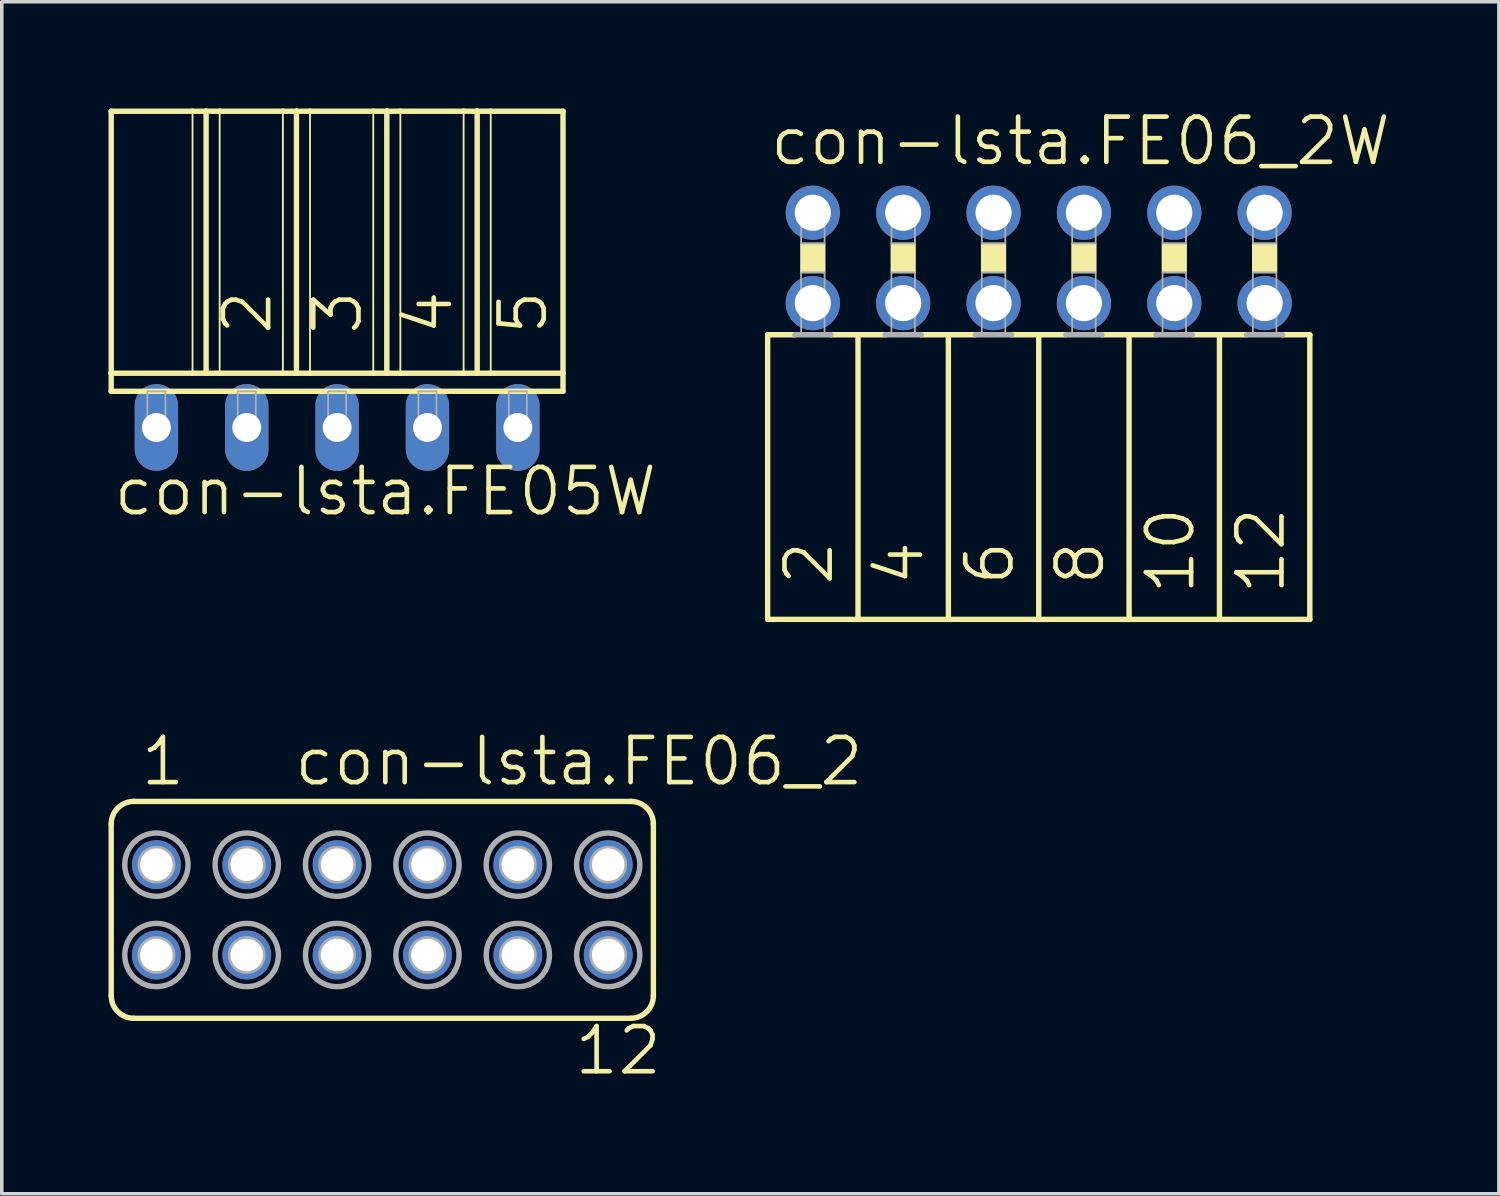
<source format=kicad_pcb>
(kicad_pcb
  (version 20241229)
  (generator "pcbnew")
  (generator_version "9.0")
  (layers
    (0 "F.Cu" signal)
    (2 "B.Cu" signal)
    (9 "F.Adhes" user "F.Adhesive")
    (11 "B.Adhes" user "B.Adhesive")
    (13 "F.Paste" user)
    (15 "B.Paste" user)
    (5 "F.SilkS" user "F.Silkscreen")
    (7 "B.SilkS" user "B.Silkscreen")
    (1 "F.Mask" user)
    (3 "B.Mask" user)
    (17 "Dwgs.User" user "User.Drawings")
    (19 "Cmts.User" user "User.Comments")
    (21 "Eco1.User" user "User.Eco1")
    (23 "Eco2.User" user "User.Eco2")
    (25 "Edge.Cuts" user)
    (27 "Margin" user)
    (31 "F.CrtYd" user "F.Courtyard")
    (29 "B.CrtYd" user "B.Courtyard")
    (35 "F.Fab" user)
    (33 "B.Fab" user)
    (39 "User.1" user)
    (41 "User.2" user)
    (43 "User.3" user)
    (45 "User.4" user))
  (footprint "con-lsta.FE06_2"
    (layer "F.Cu")
    (at 7.696 22.525)
    (property "Reference" "con-lsta.FE06_2" (at -2.54 -3.429 0) (layer "F.SilkS") (effects (font (size 1.27 1.27) (thickness 0.13)) (justify left bottom)))
    (attr through_hole)
    (fp_line (start -7.62 2.413) (end -7.62 -2.413) (stroke (width 0.152) (type default)) (layer "F.SilkS"))
    (fp_line (start -6.985 -3.048) (end 6.985 -3.048) (stroke (width 0.152) (type default)) (layer "F.SilkS"))
    (fp_line (start -6.985 3.048) (end 6.985 3.048) (stroke (width 0.152) (type default)) (layer "F.SilkS"))
    (fp_line (start 7.62 2.413) (end 7.62 -2.413) (stroke (width 0.152) (type default)) (layer "F.SilkS"))
    (fp_arc (start -7.62 -2.413) (mid -7.434013 -2.862013) (end -6.985 -3.048) (stroke (width 0.1524) (type default)) (layer "F.SilkS"))
    (fp_arc (start -6.985 3.048) (mid -7.434013 2.862013) (end -7.62 2.413) (stroke (width 0.1524) (type default)) (layer "F.SilkS"))
    (fp_arc (start 6.985 -3.048) (mid 7.434013 -2.862013) (end 7.62 -2.413) (stroke (width 0.1524) (type default)) (layer "F.SilkS"))
    (fp_arc (start 7.62 2.413) (mid 7.434013 2.862013) (end 6.985 3.048) (stroke (width 0.1524) (type default)) (layer "F.SilkS"))
    (fp_circle (center -6.35 -1.27) (end -6.223 -1.27) (stroke (width 0.406) (type default)) (fill no) (layer "F.Fab"))
    (fp_circle (center -6.35 -1.27) (end -5.461 -1.27) (stroke (width 0.152) (type default)) (fill no) (layer "F.Fab"))
    (fp_circle (center -6.35 1.27) (end -6.223 1.27) (stroke (width 0.406) (type default)) (fill no) (layer "F.Fab"))
    (fp_circle (center -6.35 1.27) (end -5.461 1.27) (stroke (width 0.152) (type default)) (fill no) (layer "F.Fab"))
    (fp_circle (center -3.81 -1.27) (end -3.683 -1.27) (stroke (width 0.406) (type default)) (fill no) (layer "F.Fab"))
    (fp_circle (center -3.81 -1.27) (end -2.921 -1.27) (stroke (width 0.152) (type default)) (fill no) (layer "F.Fab"))
    (fp_circle (center -3.81 1.27) (end -3.683 1.27) (stroke (width 0.406) (type default)) (fill no) (layer "F.Fab"))
    (fp_circle (center -3.81 1.27) (end -2.921 1.27) (stroke (width 0.152) (type default)) (fill no) (layer "F.Fab"))
    (fp_circle (center -1.27 -1.27) (end -1.143 -1.27) (stroke (width 0.406) (type default)) (fill no) (layer "F.Fab"))
    (fp_circle (center -1.27 -1.27) (end -0.381 -1.27) (stroke (width 0.152) (type default)) (fill no) (layer "F.Fab"))
    (fp_circle (center -1.27 1.27) (end -1.143 1.27) (stroke (width 0.406) (type default)) (fill no) (layer "F.Fab"))
    (fp_circle (center -1.27 1.27) (end -0.381 1.27) (stroke (width 0.152) (type default)) (fill no) (layer "F.Fab"))
    (fp_circle (center 1.27 -1.27) (end 1.397 -1.27) (stroke (width 0.406) (type default)) (fill no) (layer "F.Fab"))
    (fp_circle (center 1.27 -1.27) (end 2.159 -1.27) (stroke (width 0.152) (type default)) (fill no) (layer "F.Fab"))
    (fp_circle (center 1.27 1.27) (end 1.397 1.27) (stroke (width 0.406) (type default)) (fill no) (layer "F.Fab"))
    (fp_circle (center 1.27 1.27) (end 2.159 1.27) (stroke (width 0.152) (type default)) (fill no) (layer "F.Fab"))
    (fp_circle (center 3.81 -1.27) (end 3.937 -1.27) (stroke (width 0.406) (type default)) (fill no) (layer "F.Fab"))
    (fp_circle (center 3.81 -1.27) (end 4.699 -1.27) (stroke (width 0.152) (type default)) (fill no) (layer "F.Fab"))
    (fp_circle (center 3.81 1.27) (end 3.937 1.27) (stroke (width 0.406) (type default)) (fill no) (layer "F.Fab"))
    (fp_circle (center 3.81 1.27) (end 4.699 1.27) (stroke (width 0.152) (type default)) (fill no) (layer "F.Fab"))
    (fp_circle (center 6.35 -1.27) (end 6.477 -1.27) (stroke (width 0.406) (type default)) (fill no) (layer "F.Fab"))
    (fp_circle (center 6.35 -1.27) (end 7.239 -1.27) (stroke (width 0.152) (type default)) (fill no) (layer "F.Fab"))
    (fp_circle (center 6.35 1.27) (end 6.477 1.27) (stroke (width 0.406) (type default)) (fill no) (layer "F.Fab"))
    (fp_circle (center 6.35 1.27) (end 7.239 1.27) (stroke (width 0.152) (type default)) (fill no) (layer "F.Fab"))
    (fp_text user "12" (at 5.334 4.699 0) (layer "F.SilkS") (effects (font (size 1.27 1.27) (thickness 0.13)) (justify left bottom)))
    (fp_text user "1" (at -6.858 -3.429 0) (layer "F.SilkS") (effects (font (size 1.27 1.27) (thickness 0.13)) (justify left bottom)))
    (pad "1" thru_hole circle (at -6.35 -1.27) (size 1.372 1.372) (drill 0.914) (layers "*.Cu" "*.Mask"))
    (pad "2" thru_hole circle (at -6.35 1.27) (size 1.372 1.372) (drill 0.914) (layers "*.Cu" "*.Mask"))
    (pad "3" thru_hole circle (at -3.81 -1.27) (size 1.372 1.372) (drill 0.914) (layers "*.Cu" "*.Mask"))
    (pad "4" thru_hole circle (at -3.81 1.27) (size 1.372 1.372) (drill 0.914) (layers "*.Cu" "*.Mask"))
    (pad "5" thru_hole circle (at -1.27 -1.27) (size 1.372 1.372) (drill 0.914) (layers "*.Cu" "*.Mask"))
    (pad "6" thru_hole circle (at -1.27 1.27) (size 1.372 1.372) (drill 0.914) (layers "*.Cu" "*.Mask"))
    (pad "7" thru_hole circle (at 1.27 -1.27) (size 1.372 1.372) (drill 0.914) (layers "*.Cu" "*.Mask"))
    (pad "8" thru_hole circle (at 1.27 1.27) (size 1.372 1.372) (drill 0.914) (layers "*.Cu" "*.Mask"))
    (pad "9" thru_hole circle (at 3.81 -1.27) (size 1.372 1.372) (drill 0.914) (layers "*.Cu" "*.Mask"))
    (pad "10" thru_hole circle (at 3.81 1.27) (size 1.372 1.372) (drill 0.914) (layers "*.Cu" "*.Mask"))
    (pad "11" thru_hole circle (at 6.35 -1.27) (size 1.372 1.372) (drill 0.914) (layers "*.Cu" "*.Mask"))
    (pad "12" thru_hole circle (at 6.35 1.27) (size 1.372 1.372) (drill 0.914) (layers "*.Cu" "*.Mask")))
  (footprint "con-lsta.FE06_2W"
    (layer "F.Cu")
    (at 26.148 4.2)
    (property "Reference" "con-lsta.FE06_2W" (at -7.62 -2.54 0) (layer "F.SilkS") (effects (font (size 1.27 1.27) (thickness 0.13)) (justify left bottom)))
    (attr through_hole)
    (fp_line (start -7.62 2.159) (end -7.62 10.16) (stroke (width 0.152) (type default)) (layer "F.SilkS"))
    (fp_line (start -7.62 2.159) (end -6.858 2.159) (stroke (width 0.152) (type default)) (layer "F.SilkS"))
    (fp_line (start -5.842 2.159) (end -5.08 2.159) (stroke (width 0.152) (type default)) (layer "F.SilkS"))
    (fp_line (start -5.08 2.159) (end -5.08 10.16) (stroke (width 0.152) (type default)) (layer "F.SilkS"))
    (fp_line (start -5.08 2.159) (end -4.318 2.159) (stroke (width 0.152) (type default)) (layer "F.SilkS"))
    (fp_line (start -5.08 10.16) (end -7.62 10.16) (stroke (width 0.152) (type default)) (layer "F.SilkS"))
    (fp_line (start -3.302 2.159) (end -2.54 2.159) (stroke (width 0.152) (type default)) (layer "F.SilkS"))
    (fp_line (start -2.54 2.159) (end -2.54 10.16) (stroke (width 0.152) (type default)) (layer "F.SilkS"))
    (fp_line (start -2.54 2.159) (end -1.778 2.159) (stroke (width 0.152) (type default)) (layer "F.SilkS"))
    (fp_line (start -2.54 10.16) (end -5.08 10.16) (stroke (width 0.152) (type default)) (layer "F.SilkS"))
    (fp_line (start -0.762 2.159) (end 0 2.159) (stroke (width 0.152) (type default)) (layer "F.SilkS"))
    (fp_line (start 0 2.159) (end 0 10.16) (stroke (width 0.152) (type default)) (layer "F.SilkS"))
    (fp_line (start 0 10.16) (end -2.54 10.16) (stroke (width 0.152) (type default)) (layer "F.SilkS"))
    (fp_line (start 0.762 2.159) (end 0 2.159) (stroke (width 0.152) (type default)) (layer "F.SilkS"))
    (fp_line (start 2.54 2.159) (end 1.778 2.159) (stroke (width 0.152) (type default)) (layer "F.SilkS"))
    (fp_line (start 2.54 2.159) (end 2.54 10.16) (stroke (width 0.152) (type default)) (layer "F.SilkS"))
    (fp_line (start 2.54 2.159) (end 3.302 2.159) (stroke (width 0.152) (type default)) (layer "F.SilkS"))
    (fp_line (start 2.54 10.16) (end 0 10.16) (stroke (width 0.152) (type default)) (layer "F.SilkS"))
    (fp_line (start 4.318 2.159) (end 5.08 2.159) (stroke (width 0.152) (type default)) (layer "F.SilkS"))
    (fp_line (start 5.08 2.159) (end 5.08 10.16) (stroke (width 0.152) (type default)) (layer "F.SilkS"))
    (fp_line (start 5.08 2.159) (end 5.842 2.159) (stroke (width 0.152) (type default)) (layer "F.SilkS"))
    (fp_line (start 5.08 10.16) (end 2.54 10.16) (stroke (width 0.152) (type default)) (layer "F.SilkS"))
    (fp_line (start 6.858 2.159) (end 7.62 2.159) (stroke (width 0.152) (type default)) (layer "F.SilkS"))
    (fp_line (start 7.62 2.159) (end 7.62 10.16) (stroke (width 0.152) (type default)) (layer "F.SilkS"))
    (fp_line (start 7.62 10.16) (end 5.08 10.16) (stroke (width 0.152) (type default)) (layer "F.SilkS"))
    (fp_rect (start -6.68 0.406) (end -6.02 -0.406) (stroke (width 0.05) (type default)) (fill yes) (layer "F.SilkS"))
    (fp_rect (start -4.14 0.406) (end -3.48 -0.406) (stroke (width 0.05) (type default)) (fill yes) (layer "F.SilkS"))
    (fp_rect (start -1.6 0.406) (end -0.94 -0.406) (stroke (width 0.05) (type default)) (fill yes) (layer "F.SilkS"))
    (fp_rect (start 0.94 0.406) (end 1.6 -0.406) (stroke (width 0.05) (type default)) (fill yes) (layer "F.SilkS"))
    (fp_rect (start 3.48 0.406) (end 4.14 -0.406) (stroke (width 0.05) (type default)) (fill yes) (layer "F.SilkS"))
    (fp_rect (start 6.02 0.406) (end 6.68 -0.406) (stroke (width 0.05) (type default)) (fill yes) (layer "F.SilkS"))
    (fp_line (start -6.858 2.159) (end -5.842 2.159) (stroke (width 0.152) (type default)) (layer "F.Fab"))
    (fp_line (start -4.318 2.159) (end -3.302 2.159) (stroke (width 0.152) (type default)) (layer "F.Fab"))
    (fp_line (start -1.778 2.159) (end -0.762 2.159) (stroke (width 0.152) (type default)) (layer "F.Fab"))
    (fp_line (start 1.778 2.159) (end 0.762 2.159) (stroke (width 0.152) (type default)) (layer "F.Fab"))
    (fp_line (start 3.302 2.159) (end 4.318 2.159) (stroke (width 0.152) (type default)) (layer "F.Fab"))
    (fp_line (start 5.842 2.159) (end 6.858 2.159) (stroke (width 0.152) (type default)) (layer "F.Fab"))
    (fp_rect (start -6.68 -0.406) (end -6.02 -1.575) (stroke (width 0.05) (type default)) (fill no) (layer "F.Fab"))
    (fp_rect (start -6.68 2.134) (end -6.02 0.406) (stroke (width 0.05) (type default)) (fill no) (layer "F.Fab"))
    (fp_rect (start -4.14 -0.406) (end -3.48 -1.575) (stroke (width 0.05) (type default)) (fill no) (layer "F.Fab"))
    (fp_rect (start -4.14 2.134) (end -3.48 0.406) (stroke (width 0.05) (type default)) (fill no) (layer "F.Fab"))
    (fp_rect (start -1.6 -0.406) (end -0.94 -1.575) (stroke (width 0.05) (type default)) (fill no) (layer "F.Fab"))
    (fp_rect (start -1.6 2.134) (end -0.94 0.406) (stroke (width 0.05) (type default)) (fill no) (layer "F.Fab"))
    (fp_rect (start 0.94 -0.406) (end 1.6 -1.575) (stroke (width 0.05) (type default)) (fill no) (layer "F.Fab"))
    (fp_rect (start 0.94 2.134) (end 1.6 0.406) (stroke (width 0.05) (type default)) (fill no) (layer "F.Fab"))
    (fp_rect (start 3.48 -0.406) (end 4.14 -1.575) (stroke (width 0.05) (type default)) (fill no) (layer "F.Fab"))
    (fp_rect (start 3.48 2.134) (end 4.14 0.406) (stroke (width 0.05) (type default)) (fill no) (layer "F.Fab"))
    (fp_rect (start 6.02 -0.406) (end 6.68 -1.575) (stroke (width 0.05) (type default)) (fill no) (layer "F.Fab"))
    (fp_rect (start 6.02 2.134) (end 6.68 0.406) (stroke (width 0.05) (type default)) (fill no) (layer "F.Fab"))
    (fp_text user "2" (at -5.715 9.271 90) (layer "F.SilkS") (effects (font (size 1.27 1.27) (thickness 0.13)) (justify left bottom)))
    (fp_text user "8" (at 1.905 9.271 90) (layer "F.SilkS") (effects (font (size 1.27 1.27) (thickness 0.13)) (justify left bottom)))
    (fp_text user "4" (at -3.175 9.271 90) (layer "F.SilkS") (effects (font (size 1.27 1.27) (thickness 0.13)) (justify left bottom)))
    (fp_text user "6" (at -0.635 9.271 90) (layer "F.SilkS") (effects (font (size 1.27 1.27) (thickness 0.13)) (justify left bottom)))
    (fp_text user "12" (at 6.985 9.525 90) (layer "F.SilkS") (effects (font (size 1.27 1.27) (thickness 0.13)) (justify left bottom)))
    (fp_text user "10" (at 4.445 9.525 90) (layer "F.SilkS") (effects (font (size 1.27 1.27) (thickness 0.13)) (justify left bottom)))
    (pad "1" thru_hole circle (at -6.35 -1.27) (size 1.524 1.524) (drill 1.016) (layers "*.Cu" "*.Mask"))
    (pad "2" thru_hole circle (at -6.35 1.27) (size 1.524 1.524) (drill 1.016) (layers "*.Cu" "*.Mask"))
    (pad "3" thru_hole circle (at -3.81 -1.27) (size 1.524 1.524) (drill 1.016) (layers "*.Cu" "*.Mask"))
    (pad "4" thru_hole circle (at -3.81 1.27) (size 1.524 1.524) (drill 1.016) (layers "*.Cu" "*.Mask"))
    (pad "5" thru_hole circle (at -1.27 -1.27) (size 1.524 1.524) (drill 1.016) (layers "*.Cu" "*.Mask"))
    (pad "6" thru_hole circle (at -1.27 1.27) (size 1.524 1.524) (drill 1.016) (layers "*.Cu" "*.Mask"))
    (pad "7" thru_hole circle (at 1.27 -1.27) (size 1.524 1.524) (drill 1.016) (layers "*.Cu" "*.Mask"))
    (pad "8" thru_hole circle (at 1.27 1.27) (size 1.524 1.524) (drill 1.016) (layers "*.Cu" "*.Mask"))
    (pad "9" thru_hole circle (at 3.81 -1.27) (size 1.524 1.524) (drill 1.016) (layers "*.Cu" "*.Mask"))
    (pad "10" thru_hole circle (at 3.81 1.27) (size 1.524 1.524) (drill 1.016) (layers "*.Cu" "*.Mask"))
    (pad "11" thru_hole circle (at 6.35 -1.27) (size 1.524 1.524) (drill 1.016) (layers "*.Cu" "*.Mask"))
    (pad "12" thru_hole circle (at 6.35 1.27) (size 1.524 1.524) (drill 1.016) (layers "*.Cu" "*.Mask")))
  (footprint "con-lsta.FE05W"
    (layer "F.Cu")
    (at 6.426 8.966)
    (property "Reference" "con-lsta.FE05W" (at -6.35 2.54 0) (layer "F.SilkS") (effects (font (size 1.27 1.27) (thickness 0.13)) (justify left bottom)))
    (attr through_hole)
    (fp_line (start -6.35 -8.89) (end -4.064 -8.89) (stroke (width 0.152) (type default)) (layer "F.SilkS"))
    (fp_line (start -6.35 -1.524) (end -6.35 -8.89) (stroke (width 0.152) (type default)) (layer "F.SilkS"))
    (fp_line (start -6.35 -1.524) (end -4.064 -1.524) (stroke (width 0.152) (type default)) (layer "F.SilkS"))
    (fp_line (start -6.35 -1.016) (end -6.35 -1.524) (stroke (width 0.152) (type default)) (layer "F.SilkS"))
    (fp_line (start -6.35 -1.016) (end 6.35 -1.016) (stroke (width 0.152) (type default)) (layer "F.SilkS"))
    (fp_line (start -4.064 -8.89) (end -4.064 -1.524) (stroke (width 0.051) (type default)) (layer "F.SilkS"))
    (fp_line (start -4.064 -8.89) (end -3.683 -8.89) (stroke (width 0.152) (type default)) (layer "F.SilkS"))
    (fp_line (start -4.064 -1.524) (end -3.683 -1.524) (stroke (width 0.152) (type default)) (layer "F.SilkS"))
    (fp_line (start -3.683 -8.89) (end -3.683 -1.524) (stroke (width 0.152) (type default)) (layer "F.SilkS"))
    (fp_line (start -3.683 -8.89) (end -3.302 -8.89) (stroke (width 0.152) (type default)) (layer "F.SilkS"))
    (fp_line (start -3.683 -1.524) (end -3.302 -1.524) (stroke (width 0.152) (type default)) (layer "F.SilkS"))
    (fp_line (start -3.302 -8.89) (end -3.302 -1.524) (stroke (width 0.051) (type default)) (layer "F.SilkS"))
    (fp_line (start -3.302 -8.89) (end -1.524 -8.89) (stroke (width 0.152) (type default)) (layer "F.SilkS"))
    (fp_line (start -3.302 -1.524) (end -1.524 -1.524) (stroke (width 0.152) (type default)) (layer "F.SilkS"))
    (fp_line (start -1.524 -8.89) (end -1.524 -1.524) (stroke (width 0.051) (type default)) (layer "F.SilkS"))
    (fp_line (start -1.524 -8.89) (end -1.143 -8.89) (stroke (width 0.152) (type default)) (layer "F.SilkS"))
    (fp_line (start -1.524 -1.524) (end -1.143 -1.524) (stroke (width 0.152) (type default)) (layer "F.SilkS"))
    (fp_line (start -1.143 -8.89) (end -1.143 -1.524) (stroke (width 0.152) (type default)) (layer "F.SilkS"))
    (fp_line (start -1.143 -8.89) (end -0.762 -8.89) (stroke (width 0.152) (type default)) (layer "F.SilkS"))
    (fp_line (start -1.143 -1.524) (end -0.762 -1.524) (stroke (width 0.152) (type default)) (layer "F.SilkS"))
    (fp_line (start -0.762 -8.89) (end -0.762 -1.524) (stroke (width 0.051) (type default)) (layer "F.SilkS"))
    (fp_line (start -0.762 -8.89) (end 1.016 -8.89) (stroke (width 0.152) (type default)) (layer "F.SilkS"))
    (fp_line (start -0.762 -1.524) (end 1.016 -1.524) (stroke (width 0.152) (type default)) (layer "F.SilkS"))
    (fp_line (start 1.016 -8.89) (end 1.016 -1.524) (stroke (width 0.051) (type default)) (layer "F.SilkS"))
    (fp_line (start 1.016 -8.89) (end 1.397 -8.89) (stroke (width 0.152) (type default)) (layer "F.SilkS"))
    (fp_line (start 1.016 -1.524) (end 1.397 -1.524) (stroke (width 0.152) (type default)) (layer "F.SilkS"))
    (fp_line (start 1.397 -8.89) (end 1.397 -1.524) (stroke (width 0.152) (type default)) (layer "F.SilkS"))
    (fp_line (start 1.397 -8.89) (end 1.778 -8.89) (stroke (width 0.152) (type default)) (layer "F.SilkS"))
    (fp_line (start 1.397 -1.524) (end 1.778 -1.524) (stroke (width 0.152) (type default)) (layer "F.SilkS"))
    (fp_line (start 1.778 -8.89) (end 1.778 -1.524) (stroke (width 0.051) (type default)) (layer "F.SilkS"))
    (fp_line (start 1.778 -8.89) (end 3.556 -8.89) (stroke (width 0.152) (type default)) (layer "F.SilkS"))
    (fp_line (start 1.778 -1.524) (end 3.556 -1.524) (stroke (width 0.152) (type default)) (layer "F.SilkS"))
    (fp_line (start 3.556 -8.89) (end 3.556 -1.524) (stroke (width 0.051) (type default)) (layer "F.SilkS"))
    (fp_line (start 3.556 -8.89) (end 3.937 -8.89) (stroke (width 0.152) (type default)) (layer "F.SilkS"))
    (fp_line (start 3.556 -1.524) (end 3.937 -1.524) (stroke (width 0.152) (type default)) (layer "F.SilkS"))
    (fp_line (start 3.937 -8.89) (end 3.937 -1.524) (stroke (width 0.152) (type default)) (layer "F.SilkS"))
    (fp_line (start 3.937 -8.89) (end 4.318 -8.89) (stroke (width 0.152) (type default)) (layer "F.SilkS"))
    (fp_line (start 3.937 -1.524) (end 4.318 -1.524) (stroke (width 0.152) (type default)) (layer "F.SilkS"))
    (fp_line (start 4.318 -8.89) (end 4.318 -1.524) (stroke (width 0.051) (type default)) (layer "F.SilkS"))
    (fp_line (start 4.318 -8.89) (end 6.35 -8.89) (stroke (width 0.152) (type default)) (layer "F.SilkS"))
    (fp_line (start 4.318 -1.524) (end 6.35 -1.524) (stroke (width 0.152) (type default)) (layer "F.SilkS"))
    (fp_line (start 6.35 -8.89) (end 6.35 -1.524) (stroke (width 0.152) (type default)) (layer "F.SilkS"))
    (fp_line (start 6.35 -1.524) (end 6.35 -1.016) (stroke (width 0.152) (type default)) (layer "F.SilkS"))
    (fp_rect (start -5.334 0) (end -4.826 -1.016) (stroke (width 0.05) (type default)) (fill no) (layer "F.Fab"))
    (fp_rect (start -2.794 0) (end -2.286 -1.016) (stroke (width 0.05) (type default)) (fill no) (layer "F.Fab"))
    (fp_rect (start -0.254 0) (end 0.254 -1.016) (stroke (width 0.05) (type default)) (fill no) (layer "F.Fab"))
    (fp_rect (start 2.286 0) (end 2.794 -1.016) (stroke (width 0.05) (type default)) (fill no) (layer "F.Fab"))
    (fp_rect (start 4.826 0) (end 5.334 -1.016) (stroke (width 0.05) (type default)) (fill no) (layer "F.Fab"))
    (fp_text user "3" (at 0.762 -2.54 90) (layer "F.SilkS") (effects (font (size 1.27 1.27) (thickness 0.13)) (justify left bottom)))
    (fp_text user "4" (at 3.302 -2.54 90) (layer "F.SilkS") (effects (font (size 1.27 1.27) (thickness 0.13)) (justify left bottom)))
    (fp_text user "2" (at -1.778 -2.54 90) (layer "F.SilkS") (effects (font (size 1.27 1.27) (thickness 0.13)) (justify left bottom)))
    (fp_text user "5" (at 5.969 -2.54 90) (layer "F.SilkS") (effects (font (size 1.27 1.27) (thickness 0.13)) (justify left bottom)))
    (pad "1" thru_hole oval (at -5.08 0 90) (size 2.438 1.219) (drill 0.813) (layers "*.Cu" "*.Mask"))
    (pad "2" thru_hole oval (at -2.54 0 90) (size 2.438 1.219) (drill 0.813) (layers "*.Cu" "*.Mask"))
    (pad "3" thru_hole oval (at 0 0 90) (size 2.438 1.219) (drill 0.813) (layers "*.Cu" "*.Mask"))
    (pad "4" thru_hole oval (at 2.54 0 90) (size 2.438 1.219) (drill 0.813) (layers "*.Cu" "*.Mask"))
    (pad "5" thru_hole oval (at 5.08 0 90) (size 2.438 1.219) (drill 0.813) (layers "*.Cu" "*.Mask")))
  (gr_rect
    (start -3 -3)
    (end 39.082 30.506)
    (stroke (width 0.1) (type default))
    (fill no)
    (layer "Edge.Cuts")))
</source>
